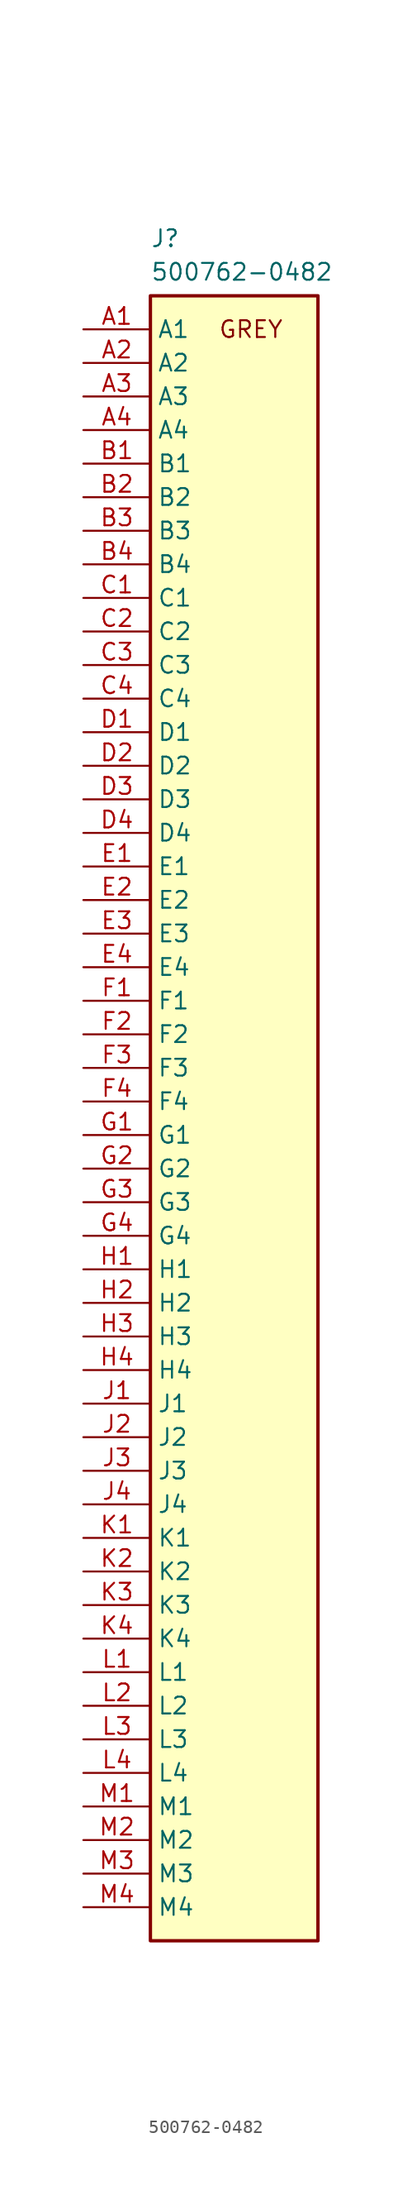
<source format=kicad_sym>
(kicad_symbol_lib
  (version 20220914)
  (generator kicad_symbol_editor)
  (symbol "500762-0482"
    (property "Reference" "J"
      (at 5.08 7.62 0)
      (effects (font (size 1.27 1.27)) (justify left top)))
    (property "Value" "500762-0482"
      (at 5.08 5.08 0)
      (effects (font (size 1.27 1.27)) (justify left top)))
    (symbol "500762-0482_1_1"
      (rectangle (start 5.08 2.54) (end 17.78 -121.92) (stroke (width 0.254) (type default)) (fill (type background)))
      (text "GREY" (at 12.7 0 0) (effects (font (size 1.27 1.27))))
      (pin passive line (at 0 0 0) (length 5.08) (name "A1" (effects (font (size 1.27 1.27)))) (number "A1" (effects (font (size 1.27 1.27)))))
      (pin passive line (at 0 -2.54 0) (length 5.08) (name "A2" (effects (font (size 1.27 1.27)))) (number "A2" (effects (font (size 1.27 1.27)))))
      (pin passive line (at 0 -5.08 0) (length 5.08) (name "A3" (effects (font (size 1.27 1.27)))) (number "A3" (effects (font (size 1.27 1.27)))))
      (pin passive line (at 0 -7.62 0) (length 5.08) (name "A4" (effects (font (size 1.27 1.27)))) (number "A4" (effects (font (size 1.27 1.27)))))
      (pin passive line (at 0 -10.16 0) (length 5.08) (name "B1" (effects (font (size 1.27 1.27)))) (number "B1" (effects (font (size 1.27 1.27)))))
      (pin passive line (at 0 -12.7 0) (length 5.08) (name "B2" (effects (font (size 1.27 1.27)))) (number "B2" (effects (font (size 1.27 1.27)))))
      (pin passive line (at 0 -15.24 0) (length 5.08) (name "B3" (effects (font (size 1.27 1.27)))) (number "B3" (effects (font (size 1.27 1.27)))))
      (pin passive line (at 0 -17.78 0) (length 5.08) (name "B4" (effects (font (size 1.27 1.27)))) (number "B4" (effects (font (size 1.27 1.27)))))
      (pin passive line (at 0 -20.32 0) (length 5.08) (name "C1" (effects (font (size 1.27 1.27)))) (number "C1" (effects (font (size 1.27 1.27)))))
      (pin passive line (at 0 -22.86 0) (length 5.08) (name "C2" (effects (font (size 1.27 1.27)))) (number "C2" (effects (font (size 1.27 1.27)))))
      (pin passive line (at 0 -25.4 0) (length 5.08) (name "C3" (effects (font (size 1.27 1.27)))) (number "C3" (effects (font (size 1.27 1.27)))))
      (pin passive line (at 0 -27.94 0) (length 5.08) (name "C4" (effects (font (size 1.27 1.27)))) (number "C4" (effects (font (size 1.27 1.27)))))
      (pin passive line (at 0 -30.48 0) (length 5.08) (name "D1" (effects (font (size 1.27 1.27)))) (number "D1" (effects (font (size 1.27 1.27)))))
      (pin passive line (at 0 -33.02 0) (length 5.08) (name "D2" (effects (font (size 1.27 1.27)))) (number "D2" (effects (font (size 1.27 1.27)))))
      (pin passive line (at 0 -35.56 0) (length 5.08) (name "D3" (effects (font (size 1.27 1.27)))) (number "D3" (effects (font (size 1.27 1.27)))))
      (pin passive line (at 0 -38.1 0) (length 5.08) (name "D4" (effects (font (size 1.27 1.27)))) (number "D4" (effects (font (size 1.27 1.27)))))
      (pin passive line (at 0 -40.64 0) (length 5.08) (name "E1" (effects (font (size 1.27 1.27)))) (number "E1" (effects (font (size 1.27 1.27)))))
      (pin passive line (at 0 -43.18 0) (length 5.08) (name "E2" (effects (font (size 1.27 1.27)))) (number "E2" (effects (font (size 1.27 1.27)))))
      (pin passive line (at 0 -45.72 0) (length 5.08) (name "E3" (effects (font (size 1.27 1.27)))) (number "E3" (effects (font (size 1.27 1.27)))))
      (pin passive line (at 0 -48.26 0) (length 5.08) (name "E4" (effects (font (size 1.27 1.27)))) (number "E4" (effects (font (size 1.27 1.27)))))
      (pin passive line (at 0 -50.8 0) (length 5.08) (name "F1" (effects (font (size 1.27 1.27)))) (number "F1" (effects (font (size 1.27 1.27)))))
      (pin passive line (at 0 -53.34 0) (length 5.08) (name "F2" (effects (font (size 1.27 1.27)))) (number "F2" (effects (font (size 1.27 1.27)))))
      (pin passive line (at 0 -55.88 0) (length 5.08) (name "F3" (effects (font (size 1.27 1.27)))) (number "F3" (effects (font (size 1.27 1.27)))))
      (pin passive line (at 0 -58.42 0) (length 5.08) (name "F4" (effects (font (size 1.27 1.27)))) (number "F4" (effects (font (size 1.27 1.27)))))
      (pin passive line (at 0 -60.96 0) (length 5.08) (name "G1" (effects (font (size 1.27 1.27)))) (number "G1" (effects (font (size 1.27 1.27)))))
      (pin passive line (at 0 -63.5 0) (length 5.08) (name "G2" (effects (font (size 1.27 1.27)))) (number "G2" (effects (font (size 1.27 1.27)))))
      (pin passive line (at 0 -66.04 0) (length 5.08) (name "G3" (effects (font (size 1.27 1.27)))) (number "G3" (effects (font (size 1.27 1.27)))))
      (pin passive line (at 0 -68.58 0) (length 5.08) (name "G4" (effects (font (size 1.27 1.27)))) (number "G4" (effects (font (size 1.27 1.27)))))
      (pin passive line (at 0 -71.12 0) (length 5.08) (name "H1" (effects (font (size 1.27 1.27)))) (number "H1" (effects (font (size 1.27 1.27)))))
      (pin passive line (at 0 -73.66 0) (length 5.08) (name "H2" (effects (font (size 1.27 1.27)))) (number "H2" (effects (font (size 1.27 1.27)))))
      (pin passive line (at 0 -76.2 0) (length 5.08) (name "H3" (effects (font (size 1.27 1.27)))) (number "H3" (effects (font (size 1.27 1.27)))))
      (pin passive line (at 0 -78.74 0) (length 5.08) (name "H4" (effects (font (size 1.27 1.27)))) (number "H4" (effects (font (size 1.27 1.27)))))
      (pin passive line (at 0 -81.28 0) (length 5.08) (name "J1" (effects (font (size 1.27 1.27)))) (number "J1" (effects (font (size 1.27 1.27)))))
      (pin passive line (at 0 -83.82 0) (length 5.08) (name "J2" (effects (font (size 1.27 1.27)))) (number "J2" (effects (font (size 1.27 1.27)))))
      (pin passive line (at 0 -86.36 0) (length 5.08) (name "J3" (effects (font (size 1.27 1.27)))) (number "J3" (effects (font (size 1.27 1.27)))))
      (pin passive line (at 0 -88.9 0) (length 5.08) (name "J4" (effects (font (size 1.27 1.27)))) (number "J4" (effects (font (size 1.27 1.27)))))
      (pin passive line (at 0 -91.44 0) (length 5.08) (name "K1" (effects (font (size 1.27 1.27)))) (number "K1" (effects (font (size 1.27 1.27)))))
      (pin passive line (at 0 -93.98 0) (length 5.08) (name "K2" (effects (font (size 1.27 1.27)))) (number "K2" (effects (font (size 1.27 1.27)))))
      (pin passive line (at 0 -96.52 0) (length 5.08) (name "K3" (effects (font (size 1.27 1.27)))) (number "K3" (effects (font (size 1.27 1.27)))))
      (pin passive line (at 0 -99.06 0) (length 5.08) (name "K4" (effects (font (size 1.27 1.27)))) (number "K4" (effects (font (size 1.27 1.27)))))
      (pin passive line (at 0 -101.6 0) (length 5.08) (name "L1" (effects (font (size 1.27 1.27)))) (number "L1" (effects (font (size 1.27 1.27)))))
      (pin passive line (at 0 -104.14 0) (length 5.08) (name "L2" (effects (font (size 1.27 1.27)))) (number "L2" (effects (font (size 1.27 1.27)))))
      (pin passive line (at 0 -106.68 0) (length 5.08) (name "L3" (effects (font (size 1.27 1.27)))) (number "L3" (effects (font (size 1.27 1.27)))))
      (pin passive line (at 0 -109.22 0) (length 5.08) (name "L4" (effects (font (size 1.27 1.27)))) (number "L4" (effects (font (size 1.27 1.27)))))
      (pin passive line (at 0 -111.76 0) (length 5.08) (name "M1" (effects (font (size 1.27 1.27)))) (number "M1" (effects (font (size 1.27 1.27)))))
      (pin passive line (at 0 -114.3 0) (length 5.08) (name "M2" (effects (font (size 1.27 1.27)))) (number "M2" (effects (font (size 1.27 1.27)))))
      (pin passive line (at 0 -116.84 0) (length 5.08) (name "M3" (effects (font (size 1.27 1.27)))) (number "M3" (effects (font (size 1.27 1.27)))))
      (pin passive line (at 0 -119.38 0) (length 5.08) (name "M4" (effects (font (size 1.27 1.27)))) (number "M4" (effects (font (size 1.27 1.27))))))))
</source>
